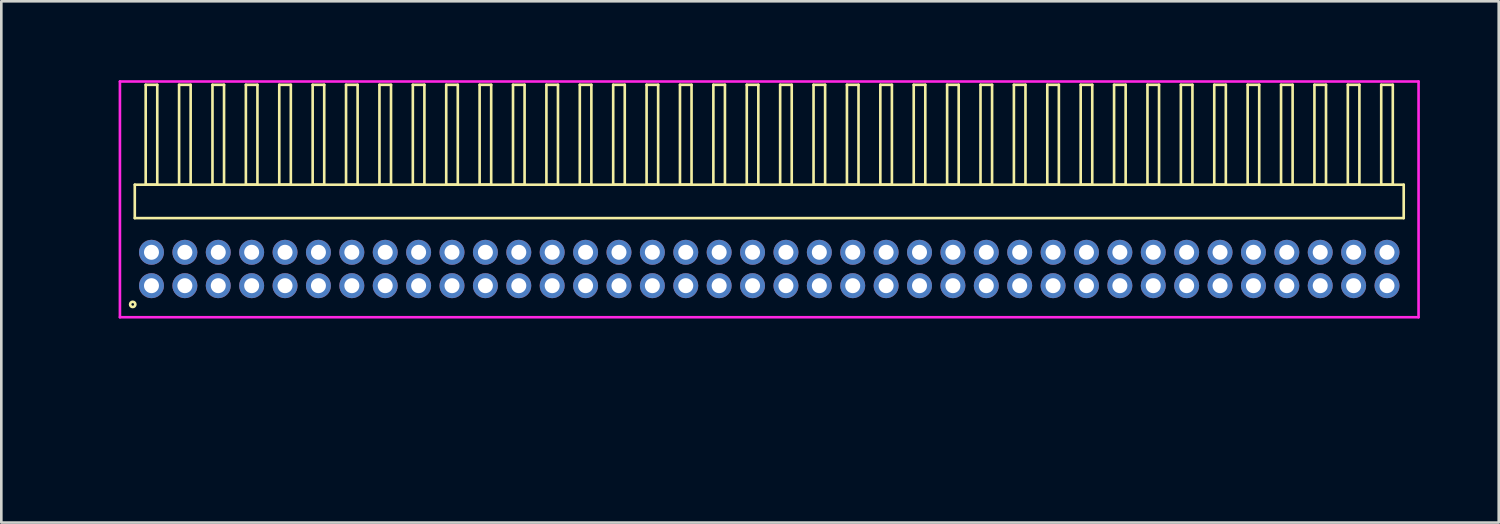
<source format=kicad_pcb>
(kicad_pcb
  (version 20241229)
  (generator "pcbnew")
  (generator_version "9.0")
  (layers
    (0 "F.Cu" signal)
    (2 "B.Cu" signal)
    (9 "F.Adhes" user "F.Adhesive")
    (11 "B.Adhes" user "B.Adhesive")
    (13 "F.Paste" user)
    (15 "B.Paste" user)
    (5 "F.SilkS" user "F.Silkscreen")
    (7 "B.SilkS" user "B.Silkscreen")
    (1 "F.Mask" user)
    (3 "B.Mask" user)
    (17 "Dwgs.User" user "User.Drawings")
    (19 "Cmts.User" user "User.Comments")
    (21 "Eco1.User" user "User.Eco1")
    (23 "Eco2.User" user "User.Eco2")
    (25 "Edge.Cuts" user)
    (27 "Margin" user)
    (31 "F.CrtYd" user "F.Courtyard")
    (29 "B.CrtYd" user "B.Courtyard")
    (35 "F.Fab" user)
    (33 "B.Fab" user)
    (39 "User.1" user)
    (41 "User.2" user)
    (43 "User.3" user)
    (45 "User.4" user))
  (footprint "HDR_RA127P38x2"
    (layer "F.Cu")
    (at 26.206 7.18)
    (property "Reference" "HDR_RA127P38x2" (at -25.445 0 90) (layer "User.1") (effects (font (size 1 1) (thickness 0.1))))
    (attr through_hole)
    (fp_line (start -24.13 -3.205) (end -24.13 -1.935) (stroke (width 0.1) (type solid)) (layer "F.SilkS"))
    (fp_line (start -24.13 -1.935) (end 24.13 -1.935) (stroke (width 0.1) (type solid)) (layer "F.SilkS"))
    (fp_line (start -23.715 -7.005) (end -23.715 -3.205) (stroke (width 0.1) (type solid)) (layer "F.SilkS"))
    (fp_line (start -23.715 -3.205) (end -23.275 -3.205) (stroke (width 0.1) (type solid)) (layer "F.SilkS"))
    (fp_line (start -23.275 -7.005) (end -23.715 -7.005) (stroke (width 0.1) (type solid)) (layer "F.SilkS"))
    (fp_line (start -23.275 -3.205) (end -23.275 -7.005) (stroke (width 0.1) (type solid)) (layer "F.SilkS"))
    (fp_line (start -22.445 -7.005) (end -22.445 -3.205) (stroke (width 0.1) (type solid)) (layer "F.SilkS"))
    (fp_line (start -22.445 -3.205) (end -22.005 -3.205) (stroke (width 0.1) (type solid)) (layer "F.SilkS"))
    (fp_line (start -22.005 -7.005) (end -22.445 -7.005) (stroke (width 0.1) (type solid)) (layer "F.SilkS"))
    (fp_line (start -22.005 -3.205) (end -22.005 -7.005) (stroke (width 0.1) (type solid)) (layer "F.SilkS"))
    (fp_line (start -21.175 -7.005) (end -21.175 -3.205) (stroke (width 0.1) (type solid)) (layer "F.SilkS"))
    (fp_line (start -21.175 -3.205) (end -20.735 -3.205) (stroke (width 0.1) (type solid)) (layer "F.SilkS"))
    (fp_line (start -20.735 -7.005) (end -21.175 -7.005) (stroke (width 0.1) (type solid)) (layer "F.SilkS"))
    (fp_line (start -20.735 -3.205) (end -20.735 -7.005) (stroke (width 0.1) (type solid)) (layer "F.SilkS"))
    (fp_line (start -19.905 -7.005) (end -19.905 -3.205) (stroke (width 0.1) (type solid)) (layer "F.SilkS"))
    (fp_line (start -19.905 -3.205) (end -19.465 -3.205) (stroke (width 0.1) (type solid)) (layer "F.SilkS"))
    (fp_line (start -19.465 -7.005) (end -19.905 -7.005) (stroke (width 0.1) (type solid)) (layer "F.SilkS"))
    (fp_line (start -19.465 -3.205) (end -19.465 -7.005) (stroke (width 0.1) (type solid)) (layer "F.SilkS"))
    (fp_line (start -18.635 -7.005) (end -18.635 -3.205) (stroke (width 0.1) (type solid)) (layer "F.SilkS"))
    (fp_line (start -18.635 -3.205) (end -18.195 -3.205) (stroke (width 0.1) (type solid)) (layer "F.SilkS"))
    (fp_line (start -18.195 -7.005) (end -18.635 -7.005) (stroke (width 0.1) (type solid)) (layer "F.SilkS"))
    (fp_line (start -18.195 -3.205) (end -18.195 -7.005) (stroke (width 0.1) (type solid)) (layer "F.SilkS"))
    (fp_line (start -17.365 -7.005) (end -17.365 -3.205) (stroke (width 0.1) (type solid)) (layer "F.SilkS"))
    (fp_line (start -17.365 -3.205) (end -16.925 -3.205) (stroke (width 0.1) (type solid)) (layer "F.SilkS"))
    (fp_line (start -16.925 -7.005) (end -17.365 -7.005) (stroke (width 0.1) (type solid)) (layer "F.SilkS"))
    (fp_line (start -16.925 -3.205) (end -16.925 -7.005) (stroke (width 0.1) (type solid)) (layer "F.SilkS"))
    (fp_line (start -16.095 -7.005) (end -16.095 -3.205) (stroke (width 0.1) (type solid)) (layer "F.SilkS"))
    (fp_line (start -16.095 -3.205) (end -15.655 -3.205) (stroke (width 0.1) (type solid)) (layer "F.SilkS"))
    (fp_line (start -15.655 -7.005) (end -16.095 -7.005) (stroke (width 0.1) (type solid)) (layer "F.SilkS"))
    (fp_line (start -15.655 -3.205) (end -15.655 -7.005) (stroke (width 0.1) (type solid)) (layer "F.SilkS"))
    (fp_line (start -14.825 -7.005) (end -14.825 -3.205) (stroke (width 0.1) (type solid)) (layer "F.SilkS"))
    (fp_line (start -14.825 -3.205) (end -14.385 -3.205) (stroke (width 0.1) (type solid)) (layer "F.SilkS"))
    (fp_line (start -14.385 -7.005) (end -14.825 -7.005) (stroke (width 0.1) (type solid)) (layer "F.SilkS"))
    (fp_line (start -14.385 -3.205) (end -14.385 -7.005) (stroke (width 0.1) (type solid)) (layer "F.SilkS"))
    (fp_line (start -13.555 -7.005) (end -13.555 -3.205) (stroke (width 0.1) (type solid)) (layer "F.SilkS"))
    (fp_line (start -13.555 -3.205) (end -13.115 -3.205) (stroke (width 0.1) (type solid)) (layer "F.SilkS"))
    (fp_line (start -13.115 -7.005) (end -13.555 -7.005) (stroke (width 0.1) (type solid)) (layer "F.SilkS"))
    (fp_line (start -13.115 -3.205) (end -13.115 -7.005) (stroke (width 0.1) (type solid)) (layer "F.SilkS"))
    (fp_line (start -12.285 -7.005) (end -12.285 -3.205) (stroke (width 0.1) (type solid)) (layer "F.SilkS"))
    (fp_line (start -12.285 -3.205) (end -11.845 -3.205) (stroke (width 0.1) (type solid)) (layer "F.SilkS"))
    (fp_line (start -11.845 -7.005) (end -12.285 -7.005) (stroke (width 0.1) (type solid)) (layer "F.SilkS"))
    (fp_line (start -11.845 -3.205) (end -11.845 -7.005) (stroke (width 0.1) (type solid)) (layer "F.SilkS"))
    (fp_line (start -11.015 -7.005) (end -11.015 -3.205) (stroke (width 0.1) (type solid)) (layer "F.SilkS"))
    (fp_line (start -11.015 -3.205) (end -10.575 -3.205) (stroke (width 0.1) (type solid)) (layer "F.SilkS"))
    (fp_line (start -10.575 -7.005) (end -11.015 -7.005) (stroke (width 0.1) (type solid)) (layer "F.SilkS"))
    (fp_line (start -10.575 -3.205) (end -10.575 -7.005) (stroke (width 0.1) (type solid)) (layer "F.SilkS"))
    (fp_line (start -9.745 -7.005) (end -9.745 -3.205) (stroke (width 0.1) (type solid)) (layer "F.SilkS"))
    (fp_line (start -9.745 -3.205) (end -9.305 -3.205) (stroke (width 0.1) (type solid)) (layer "F.SilkS"))
    (fp_line (start -9.305 -7.005) (end -9.745 -7.005) (stroke (width 0.1) (type solid)) (layer "F.SilkS"))
    (fp_line (start -9.305 -3.205) (end -9.305 -7.005) (stroke (width 0.1) (type solid)) (layer "F.SilkS"))
    (fp_line (start -8.475 -7.005) (end -8.475 -3.205) (stroke (width 0.1) (type solid)) (layer "F.SilkS"))
    (fp_line (start -8.475 -3.205) (end -8.035 -3.205) (stroke (width 0.1) (type solid)) (layer "F.SilkS"))
    (fp_line (start -8.035 -7.005) (end -8.475 -7.005) (stroke (width 0.1) (type solid)) (layer "F.SilkS"))
    (fp_line (start -8.035 -3.205) (end -8.035 -7.005) (stroke (width 0.1) (type solid)) (layer "F.SilkS"))
    (fp_line (start -7.205 -7.005) (end -7.205 -3.205) (stroke (width 0.1) (type solid)) (layer "F.SilkS"))
    (fp_line (start -7.205 -3.205) (end -6.765 -3.205) (stroke (width 0.1) (type solid)) (layer "F.SilkS"))
    (fp_line (start -6.765 -7.005) (end -7.205 -7.005) (stroke (width 0.1) (type solid)) (layer "F.SilkS"))
    (fp_line (start -6.765 -3.205) (end -6.765 -7.005) (stroke (width 0.1) (type solid)) (layer "F.SilkS"))
    (fp_line (start -5.935 -7.005) (end -5.935 -3.205) (stroke (width 0.1) (type solid)) (layer "F.SilkS"))
    (fp_line (start -5.935 -3.205) (end -5.495 -3.205) (stroke (width 0.1) (type solid)) (layer "F.SilkS"))
    (fp_line (start -5.495 -7.005) (end -5.935 -7.005) (stroke (width 0.1) (type solid)) (layer "F.SilkS"))
    (fp_line (start -5.495 -3.205) (end -5.495 -7.005) (stroke (width 0.1) (type solid)) (layer "F.SilkS"))
    (fp_line (start -4.665 -7.005) (end -4.665 -3.205) (stroke (width 0.1) (type solid)) (layer "F.SilkS"))
    (fp_line (start -4.665 -3.205) (end -4.225 -3.205) (stroke (width 0.1) (type solid)) (layer "F.SilkS"))
    (fp_line (start -4.225 -7.005) (end -4.665 -7.005) (stroke (width 0.1) (type solid)) (layer "F.SilkS"))
    (fp_line (start -4.225 -3.205) (end -4.225 -7.005) (stroke (width 0.1) (type solid)) (layer "F.SilkS"))
    (fp_line (start -3.395 -7.005) (end -3.395 -3.205) (stroke (width 0.1) (type solid)) (layer "F.SilkS"))
    (fp_line (start -3.395 -3.205) (end -2.955 -3.205) (stroke (width 0.1) (type solid)) (layer "F.SilkS"))
    (fp_line (start -2.955 -7.005) (end -3.395 -7.005) (stroke (width 0.1) (type solid)) (layer "F.SilkS"))
    (fp_line (start -2.955 -3.205) (end -2.955 -7.005) (stroke (width 0.1) (type solid)) (layer "F.SilkS"))
    (fp_line (start -2.125 -7.005) (end -2.125 -3.205) (stroke (width 0.1) (type solid)) (layer "F.SilkS"))
    (fp_line (start -2.125 -3.205) (end -1.685 -3.205) (stroke (width 0.1) (type solid)) (layer "F.SilkS"))
    (fp_line (start -1.685 -7.005) (end -2.125 -7.005) (stroke (width 0.1) (type solid)) (layer "F.SilkS"))
    (fp_line (start -1.685 -3.205) (end -1.685 -7.005) (stroke (width 0.1) (type solid)) (layer "F.SilkS"))
    (fp_line (start -0.855 -7.005) (end -0.855 -3.205) (stroke (width 0.1) (type solid)) (layer "F.SilkS"))
    (fp_line (start -0.855 -3.205) (end -0.415 -3.205) (stroke (width 0.1) (type solid)) (layer "F.SilkS"))
    (fp_line (start -0.415 -7.005) (end -0.855 -7.005) (stroke (width 0.1) (type solid)) (layer "F.SilkS"))
    (fp_line (start -0.415 -3.205) (end -0.415 -7.005) (stroke (width 0.1) (type solid)) (layer "F.SilkS"))
    (fp_line (start 0.415 -7.005) (end 0.415 -3.205) (stroke (width 0.1) (type solid)) (layer "F.SilkS"))
    (fp_line (start 0.415 -3.205) (end 0.855 -3.205) (stroke (width 0.1) (type solid)) (layer "F.SilkS"))
    (fp_line (start 0.855 -7.005) (end 0.415 -7.005) (stroke (width 0.1) (type solid)) (layer "F.SilkS"))
    (fp_line (start 0.855 -3.205) (end 0.855 -7.005) (stroke (width 0.1) (type solid)) (layer "F.SilkS"))
    (fp_line (start 1.685 -7.005) (end 1.685 -3.205) (stroke (width 0.1) (type solid)) (layer "F.SilkS"))
    (fp_line (start 1.685 -3.205) (end 2.125 -3.205) (stroke (width 0.1) (type solid)) (layer "F.SilkS"))
    (fp_line (start 2.125 -7.005) (end 1.685 -7.005) (stroke (width 0.1) (type solid)) (layer "F.SilkS"))
    (fp_line (start 2.125 -3.205) (end 2.125 -7.005) (stroke (width 0.1) (type solid)) (layer "F.SilkS"))
    (fp_line (start 2.955 -7.005) (end 2.955 -3.205) (stroke (width 0.1) (type solid)) (layer "F.SilkS"))
    (fp_line (start 2.955 -3.205) (end 3.395 -3.205) (stroke (width 0.1) (type solid)) (layer "F.SilkS"))
    (fp_line (start 3.395 -7.005) (end 2.955 -7.005) (stroke (width 0.1) (type solid)) (layer "F.SilkS"))
    (fp_line (start 3.395 -3.205) (end 3.395 -7.005) (stroke (width 0.1) (type solid)) (layer "F.SilkS"))
    (fp_line (start 4.225 -7.005) (end 4.225 -3.205) (stroke (width 0.1) (type solid)) (layer "F.SilkS"))
    (fp_line (start 4.225 -3.205) (end 4.665 -3.205) (stroke (width 0.1) (type solid)) (layer "F.SilkS"))
    (fp_line (start 4.665 -7.005) (end 4.225 -7.005) (stroke (width 0.1) (type solid)) (layer "F.SilkS"))
    (fp_line (start 4.665 -3.205) (end 4.665 -7.005) (stroke (width 0.1) (type solid)) (layer "F.SilkS"))
    (fp_line (start 5.495 -7.005) (end 5.495 -3.205) (stroke (width 0.1) (type solid)) (layer "F.SilkS"))
    (fp_line (start 5.495 -3.205) (end 5.935 -3.205) (stroke (width 0.1) (type solid)) (layer "F.SilkS"))
    (fp_line (start 5.935 -7.005) (end 5.495 -7.005) (stroke (width 0.1) (type solid)) (layer "F.SilkS"))
    (fp_line (start 5.935 -3.205) (end 5.935 -7.005) (stroke (width 0.1) (type solid)) (layer "F.SilkS"))
    (fp_line (start 6.765 -7.005) (end 6.765 -3.205) (stroke (width 0.1) (type solid)) (layer "F.SilkS"))
    (fp_line (start 6.765 -3.205) (end 7.205 -3.205) (stroke (width 0.1) (type solid)) (layer "F.SilkS"))
    (fp_line (start 7.205 -7.005) (end 6.765 -7.005) (stroke (width 0.1) (type solid)) (layer "F.SilkS"))
    (fp_line (start 7.205 -3.205) (end 7.205 -7.005) (stroke (width 0.1) (type solid)) (layer "F.SilkS"))
    (fp_line (start 8.035 -7.005) (end 8.035 -3.205) (stroke (width 0.1) (type solid)) (layer "F.SilkS"))
    (fp_line (start 8.035 -3.205) (end 8.475 -3.205) (stroke (width 0.1) (type solid)) (layer "F.SilkS"))
    (fp_line (start 8.475 -7.005) (end 8.035 -7.005) (stroke (width 0.1) (type solid)) (layer "F.SilkS"))
    (fp_line (start 8.475 -3.205) (end 8.475 -7.005) (stroke (width 0.1) (type solid)) (layer "F.SilkS"))
    (fp_line (start 9.305 -7.005) (end 9.305 -3.205) (stroke (width 0.1) (type solid)) (layer "F.SilkS"))
    (fp_line (start 9.305 -3.205) (end 9.745 -3.205) (stroke (width 0.1) (type solid)) (layer "F.SilkS"))
    (fp_line (start 9.745 -7.005) (end 9.305 -7.005) (stroke (width 0.1) (type solid)) (layer "F.SilkS"))
    (fp_line (start 9.745 -3.205) (end 9.745 -7.005) (stroke (width 0.1) (type solid)) (layer "F.SilkS"))
    (fp_line (start 10.575 -7.005) (end 10.575 -3.205) (stroke (width 0.1) (type solid)) (layer "F.SilkS"))
    (fp_line (start 10.575 -3.205) (end 11.015 -3.205) (stroke (width 0.1) (type solid)) (layer "F.SilkS"))
    (fp_line (start 11.015 -7.005) (end 10.575 -7.005) (stroke (width 0.1) (type solid)) (layer "F.SilkS"))
    (fp_line (start 11.015 -3.205) (end 11.015 -7.005) (stroke (width 0.1) (type solid)) (layer "F.SilkS"))
    (fp_line (start 11.845 -7.005) (end 11.845 -3.205) (stroke (width 0.1) (type solid)) (layer "F.SilkS"))
    (fp_line (start 11.845 -3.205) (end 12.285 -3.205) (stroke (width 0.1) (type solid)) (layer "F.SilkS"))
    (fp_line (start 12.285 -7.005) (end 11.845 -7.005) (stroke (width 0.1) (type solid)) (layer "F.SilkS"))
    (fp_line (start 12.285 -3.205) (end 12.285 -7.005) (stroke (width 0.1) (type solid)) (layer "F.SilkS"))
    (fp_line (start 13.115 -7.005) (end 13.115 -3.205) (stroke (width 0.1) (type solid)) (layer "F.SilkS"))
    (fp_line (start 13.115 -3.205) (end 13.555 -3.205) (stroke (width 0.1) (type solid)) (layer "F.SilkS"))
    (fp_line (start 13.555 -7.005) (end 13.115 -7.005) (stroke (width 0.1) (type solid)) (layer "F.SilkS"))
    (fp_line (start 13.555 -3.205) (end 13.555 -7.005) (stroke (width 0.1) (type solid)) (layer "F.SilkS"))
    (fp_line (start 14.385 -7.005) (end 14.385 -3.205) (stroke (width 0.1) (type solid)) (layer "F.SilkS"))
    (fp_line (start 14.385 -3.205) (end 14.825 -3.205) (stroke (width 0.1) (type solid)) (layer "F.SilkS"))
    (fp_line (start 14.825 -7.005) (end 14.385 -7.005) (stroke (width 0.1) (type solid)) (layer "F.SilkS"))
    (fp_line (start 14.825 -3.205) (end 14.825 -7.005) (stroke (width 0.1) (type solid)) (layer "F.SilkS"))
    (fp_line (start 15.655 -7.005) (end 15.655 -3.205) (stroke (width 0.1) (type solid)) (layer "F.SilkS"))
    (fp_line (start 15.655 -3.205) (end 16.095 -3.205) (stroke (width 0.1) (type solid)) (layer "F.SilkS"))
    (fp_line (start 16.095 -7.005) (end 15.655 -7.005) (stroke (width 0.1) (type solid)) (layer "F.SilkS"))
    (fp_line (start 16.095 -3.205) (end 16.095 -7.005) (stroke (width 0.1) (type solid)) (layer "F.SilkS"))
    (fp_line (start 16.925 -7.005) (end 16.925 -3.205) (stroke (width 0.1) (type solid)) (layer "F.SilkS"))
    (fp_line (start 16.925 -3.205) (end 17.365 -3.205) (stroke (width 0.1) (type solid)) (layer "F.SilkS"))
    (fp_line (start 17.365 -7.005) (end 16.925 -7.005) (stroke (width 0.1) (type solid)) (layer "F.SilkS"))
    (fp_line (start 17.365 -3.205) (end 17.365 -7.005) (stroke (width 0.1) (type solid)) (layer "F.SilkS"))
    (fp_line (start 18.195 -7.005) (end 18.195 -3.205) (stroke (width 0.1) (type solid)) (layer "F.SilkS"))
    (fp_line (start 18.195 -3.205) (end 18.635 -3.205) (stroke (width 0.1) (type solid)) (layer "F.SilkS"))
    (fp_line (start 18.635 -7.005) (end 18.195 -7.005) (stroke (width 0.1) (type solid)) (layer "F.SilkS"))
    (fp_line (start 18.635 -3.205) (end 18.635 -7.005) (stroke (width 0.1) (type solid)) (layer "F.SilkS"))
    (fp_line (start 19.465 -7.005) (end 19.465 -3.205) (stroke (width 0.1) (type solid)) (layer "F.SilkS"))
    (fp_line (start 19.465 -3.205) (end 19.905 -3.205) (stroke (width 0.1) (type solid)) (layer "F.SilkS"))
    (fp_line (start 19.905 -7.005) (end 19.465 -7.005) (stroke (width 0.1) (type solid)) (layer "F.SilkS"))
    (fp_line (start 19.905 -3.205) (end 19.905 -7.005) (stroke (width 0.1) (type solid)) (layer "F.SilkS"))
    (fp_line (start 20.735 -7.005) (end 20.735 -3.205) (stroke (width 0.1) (type solid)) (layer "F.SilkS"))
    (fp_line (start 20.735 -3.205) (end 21.175 -3.205) (stroke (width 0.1) (type solid)) (layer "F.SilkS"))
    (fp_line (start 21.175 -7.005) (end 20.735 -7.005) (stroke (width 0.1) (type solid)) (layer "F.SilkS"))
    (fp_line (start 21.175 -3.205) (end 21.175 -7.005) (stroke (width 0.1) (type solid)) (layer "F.SilkS"))
    (fp_line (start 22.005 -7.005) (end 22.005 -3.205) (stroke (width 0.1) (type solid)) (layer "F.SilkS"))
    (fp_line (start 22.005 -3.205) (end 22.445 -3.205) (stroke (width 0.1) (type solid)) (layer "F.SilkS"))
    (fp_line (start 22.445 -7.005) (end 22.005 -7.005) (stroke (width 0.1) (type solid)) (layer "F.SilkS"))
    (fp_line (start 22.445 -3.205) (end 22.445 -7.005) (stroke (width 0.1) (type solid)) (layer "F.SilkS"))
    (fp_line (start 23.275 -7.005) (end 23.275 -3.205) (stroke (width 0.1) (type solid)) (layer "F.SilkS"))
    (fp_line (start 23.275 -3.205) (end 23.715 -3.205) (stroke (width 0.1) (type solid)) (layer "F.SilkS"))
    (fp_line (start 23.715 -7.005) (end 23.275 -7.005) (stroke (width 0.1) (type solid)) (layer "F.SilkS"))
    (fp_line (start 23.715 -3.205) (end 23.715 -7.005) (stroke (width 0.1) (type solid)) (layer "F.SilkS"))
    (fp_line (start 24.13 -3.205) (end -24.13 -3.205) (stroke (width 0.1) (type solid)) (layer "F.SilkS"))
    (fp_line (start 24.13 -1.935) (end 24.13 -3.205) (stroke (width 0.1) (type solid)) (layer "F.SilkS"))
    (fp_circle (center -24.208 1.347) (end -24.108 1.347) (stroke (width 0.1) (type solid)) (fill no) (layer "F.SilkS"))
    (fp_line (start -24.695 -7.13) (end -24.695 1.835) (stroke (width 0.1) (type solid)) (layer "F.CrtYd"))
    (fp_line (start -24.695 1.835) (end 24.695 1.835) (stroke (width 0.1) (type solid)) (layer "F.CrtYd"))
    (fp_line (start 24.695 -7.13) (end -24.695 -7.13) (stroke (width 0.1) (type solid)) (layer "F.CrtYd"))
    (fp_line (start 24.695 1.835) (end 24.695 -7.13) (stroke (width 0.1) (type solid)) (layer "F.CrtYd"))
    (pad "1" thru_hole oval (at -23.495 0.635) (size 0.95 0.95) (drill 0.57) (layers "*.Cu" "*.Mask"))
    (pad "2" thru_hole oval (at -23.495 -0.635) (size 0.95 0.95) (drill 0.57) (layers "*.Cu" "*.Mask"))
    (pad "3" thru_hole oval (at -22.225 0.635) (size 0.95 0.95) (drill 0.57) (layers "*.Cu" "*.Mask"))
    (pad "4" thru_hole oval (at -22.225 -0.635) (size 0.95 0.95) (drill 0.57) (layers "*.Cu" "*.Mask"))
    (pad "5" thru_hole oval (at -20.955 0.635) (size 0.95 0.95) (drill 0.57) (layers "*.Cu" "*.Mask"))
    (pad "6" thru_hole oval (at -20.955 -0.635) (size 0.95 0.95) (drill 0.57) (layers "*.Cu" "*.Mask"))
    (pad "7" thru_hole oval (at -19.685 0.635) (size 0.95 0.95) (drill 0.57) (layers "*.Cu" "*.Mask"))
    (pad "8" thru_hole oval (at -19.685 -0.635) (size 0.95 0.95) (drill 0.57) (layers "*.Cu" "*.Mask"))
    (pad "9" thru_hole oval (at -18.415 0.635) (size 0.95 0.95) (drill 0.57) (layers "*.Cu" "*.Mask"))
    (pad "10" thru_hole oval (at -18.415 -0.635) (size 0.95 0.95) (drill 0.57) (layers "*.Cu" "*.Mask"))
    (pad "11" thru_hole oval (at -17.145 0.635) (size 0.95 0.95) (drill 0.57) (layers "*.Cu" "*.Mask"))
    (pad "12" thru_hole oval (at -17.145 -0.635) (size 0.95 0.95) (drill 0.57) (layers "*.Cu" "*.Mask"))
    (pad "13" thru_hole oval (at -15.875 0.635) (size 0.95 0.95) (drill 0.57) (layers "*.Cu" "*.Mask"))
    (pad "14" thru_hole oval (at -15.875 -0.635) (size 0.95 0.95) (drill 0.57) (layers "*.Cu" "*.Mask"))
    (pad "15" thru_hole oval (at -14.605 0.635) (size 0.95 0.95) (drill 0.57) (layers "*.Cu" "*.Mask"))
    (pad "16" thru_hole oval (at -14.605 -0.635) (size 0.95 0.95) (drill 0.57) (layers "*.Cu" "*.Mask"))
    (pad "17" thru_hole oval (at -13.335 0.635) (size 0.95 0.95) (drill 0.57) (layers "*.Cu" "*.Mask"))
    (pad "18" thru_hole oval (at -13.335 -0.635) (size 0.95 0.95) (drill 0.57) (layers "*.Cu" "*.Mask"))
    (pad "19" thru_hole oval (at -12.065 0.635) (size 0.95 0.95) (drill 0.57) (layers "*.Cu" "*.Mask"))
    (pad "20" thru_hole oval (at -12.065 -0.635) (size 0.95 0.95) (drill 0.57) (layers "*.Cu" "*.Mask"))
    (pad "21" thru_hole oval (at -10.795 0.635) (size 0.95 0.95) (drill 0.57) (layers "*.Cu" "*.Mask"))
    (pad "22" thru_hole oval (at -10.795 -0.635) (size 0.95 0.95) (drill 0.57) (layers "*.Cu" "*.Mask"))
    (pad "23" thru_hole oval (at -9.525 0.635) (size 0.95 0.95) (drill 0.57) (layers "*.Cu" "*.Mask"))
    (pad "24" thru_hole oval (at -9.525 -0.635) (size 0.95 0.95) (drill 0.57) (layers "*.Cu" "*.Mask"))
    (pad "25" thru_hole oval (at -8.255 0.635) (size 0.95 0.95) (drill 0.57) (layers "*.Cu" "*.Mask"))
    (pad "26" thru_hole oval (at -8.255 -0.635) (size 0.95 0.95) (drill 0.57) (layers "*.Cu" "*.Mask"))
    (pad "27" thru_hole oval (at -6.985 0.635) (size 0.95 0.95) (drill 0.57) (layers "*.Cu" "*.Mask"))
    (pad "28" thru_hole oval (at -6.985 -0.635) (size 0.95 0.95) (drill 0.57) (layers "*.Cu" "*.Mask"))
    (pad "29" thru_hole oval (at -5.715 0.635) (size 0.95 0.95) (drill 0.57) (layers "*.Cu" "*.Mask"))
    (pad "30" thru_hole oval (at -5.715 -0.635) (size 0.95 0.95) (drill 0.57) (layers "*.Cu" "*.Mask"))
    (pad "31" thru_hole oval (at -4.445 0.635) (size 0.95 0.95) (drill 0.57) (layers "*.Cu" "*.Mask"))
    (pad "32" thru_hole oval (at -4.445 -0.635) (size 0.95 0.95) (drill 0.57) (layers "*.Cu" "*.Mask"))
    (pad "33" thru_hole oval (at -3.175 0.635) (size 0.95 0.95) (drill 0.57) (layers "*.Cu" "*.Mask"))
    (pad "34" thru_hole oval (at -3.175 -0.635) (size 0.95 0.95) (drill 0.57) (layers "*.Cu" "*.Mask"))
    (pad "35" thru_hole oval (at -1.905 0.635) (size 0.95 0.95) (drill 0.57) (layers "*.Cu" "*.Mask"))
    (pad "36" thru_hole oval (at -1.905 -0.635) (size 0.95 0.95) (drill 0.57) (layers "*.Cu" "*.Mask"))
    (pad "37" thru_hole oval (at -0.635 0.635) (size 0.95 0.95) (drill 0.57) (layers "*.Cu" "*.Mask"))
    (pad "38" thru_hole oval (at -0.635 -0.635) (size 0.95 0.95) (drill 0.57) (layers "*.Cu" "*.Mask"))
    (pad "39" thru_hole oval (at 0.635 0.635) (size 0.95 0.95) (drill 0.57) (layers "*.Cu" "*.Mask"))
    (pad "40" thru_hole oval (at 0.635 -0.635) (size 0.95 0.95) (drill 0.57) (layers "*.Cu" "*.Mask"))
    (pad "41" thru_hole oval (at 1.905 0.635) (size 0.95 0.95) (drill 0.57) (layers "*.Cu" "*.Mask"))
    (pad "42" thru_hole oval (at 1.905 -0.635) (size 0.95 0.95) (drill 0.57) (layers "*.Cu" "*.Mask"))
    (pad "43" thru_hole oval (at 3.175 0.635) (size 0.95 0.95) (drill 0.57) (layers "*.Cu" "*.Mask"))
    (pad "44" thru_hole oval (at 3.175 -0.635) (size 0.95 0.95) (drill 0.57) (layers "*.Cu" "*.Mask"))
    (pad "45" thru_hole oval (at 4.445 0.635) (size 0.95 0.95) (drill 0.57) (layers "*.Cu" "*.Mask"))
    (pad "46" thru_hole oval (at 4.445 -0.635) (size 0.95 0.95) (drill 0.57) (layers "*.Cu" "*.Mask"))
    (pad "47" thru_hole oval (at 5.715 0.635) (size 0.95 0.95) (drill 0.57) (layers "*.Cu" "*.Mask"))
    (pad "48" thru_hole oval (at 5.715 -0.635) (size 0.95 0.95) (drill 0.57) (layers "*.Cu" "*.Mask"))
    (pad "49" thru_hole oval (at 6.985 0.635) (size 0.95 0.95) (drill 0.57) (layers "*.Cu" "*.Mask"))
    (pad "50" thru_hole oval (at 6.985 -0.635) (size 0.95 0.95) (drill 0.57) (layers "*.Cu" "*.Mask"))
    (pad "51" thru_hole oval (at 8.255 0.635) (size 0.95 0.95) (drill 0.57) (layers "*.Cu" "*.Mask"))
    (pad "52" thru_hole oval (at 8.255 -0.635) (size 0.95 0.95) (drill 0.57) (layers "*.Cu" "*.Mask"))
    (pad "53" thru_hole oval (at 9.525 0.635) (size 0.95 0.95) (drill 0.57) (layers "*.Cu" "*.Mask"))
    (pad "54" thru_hole oval (at 9.525 -0.635) (size 0.95 0.95) (drill 0.57) (layers "*.Cu" "*.Mask"))
    (pad "55" thru_hole oval (at 10.795 0.635) (size 0.95 0.95) (drill 0.57) (layers "*.Cu" "*.Mask"))
    (pad "56" thru_hole oval (at 10.795 -0.635) (size 0.95 0.95) (drill 0.57) (layers "*.Cu" "*.Mask"))
    (pad "57" thru_hole oval (at 12.065 0.635) (size 0.95 0.95) (drill 0.57) (layers "*.Cu" "*.Mask"))
    (pad "58" thru_hole oval (at 12.065 -0.635) (size 0.95 0.95) (drill 0.57) (layers "*.Cu" "*.Mask"))
    (pad "59" thru_hole oval (at 13.335 0.635) (size 0.95 0.95) (drill 0.57) (layers "*.Cu" "*.Mask"))
    (pad "60" thru_hole oval (at 13.335 -0.635) (size 0.95 0.95) (drill 0.57) (layers "*.Cu" "*.Mask"))
    (pad "61" thru_hole oval (at 14.605 0.635) (size 0.95 0.95) (drill 0.57) (layers "*.Cu" "*.Mask"))
    (pad "62" thru_hole oval (at 14.605 -0.635) (size 0.95 0.95) (drill 0.57) (layers "*.Cu" "*.Mask"))
    (pad "63" thru_hole oval (at 15.875 0.635) (size 0.95 0.95) (drill 0.57) (layers "*.Cu" "*.Mask"))
    (pad "64" thru_hole oval (at 15.875 -0.635) (size 0.95 0.95) (drill 0.57) (layers "*.Cu" "*.Mask"))
    (pad "65" thru_hole oval (at 17.145 0.635) (size 0.95 0.95) (drill 0.57) (layers "*.Cu" "*.Mask"))
    (pad "66" thru_hole oval (at 17.145 -0.635) (size 0.95 0.95) (drill 0.57) (layers "*.Cu" "*.Mask"))
    (pad "67" thru_hole oval (at 18.415 0.635) (size 0.95 0.95) (drill 0.57) (layers "*.Cu" "*.Mask"))
    (pad "68" thru_hole oval (at 18.415 -0.635) (size 0.95 0.95) (drill 0.57) (layers "*.Cu" "*.Mask"))
    (pad "69" thru_hole oval (at 19.685 0.635) (size 0.95 0.95) (drill 0.57) (layers "*.Cu" "*.Mask"))
    (pad "70" thru_hole oval (at 19.685 -0.635) (size 0.95 0.95) (drill 0.57) (layers "*.Cu" "*.Mask"))
    (pad "71" thru_hole oval (at 20.955 0.635) (size 0.95 0.95) (drill 0.57) (layers "*.Cu" "*.Mask"))
    (pad "72" thru_hole oval (at 20.955 -0.635) (size 0.95 0.95) (drill 0.57) (layers "*.Cu" "*.Mask"))
    (pad "73" thru_hole oval (at 22.225 0.635) (size 0.95 0.95) (drill 0.57) (layers "*.Cu" "*.Mask"))
    (pad "74" thru_hole oval (at 22.225 -0.635) (size 0.95 0.95) (drill 0.57) (layers "*.Cu" "*.Mask"))
    (pad "75" thru_hole oval (at 23.495 0.635) (size 0.95 0.95) (drill 0.57) (layers "*.Cu" "*.Mask"))
    (pad "76" thru_hole oval (at 23.495 -0.635) (size 0.95 0.95) (drill 0.57) (layers "*.Cu" "*.Mask")))
  (gr_rect
    (start -3 -3)
    (end 53.95 16.825)
    (stroke (width 0.1) (type default))
    (fill no)
    (layer "Edge.Cuts")))
</source>
